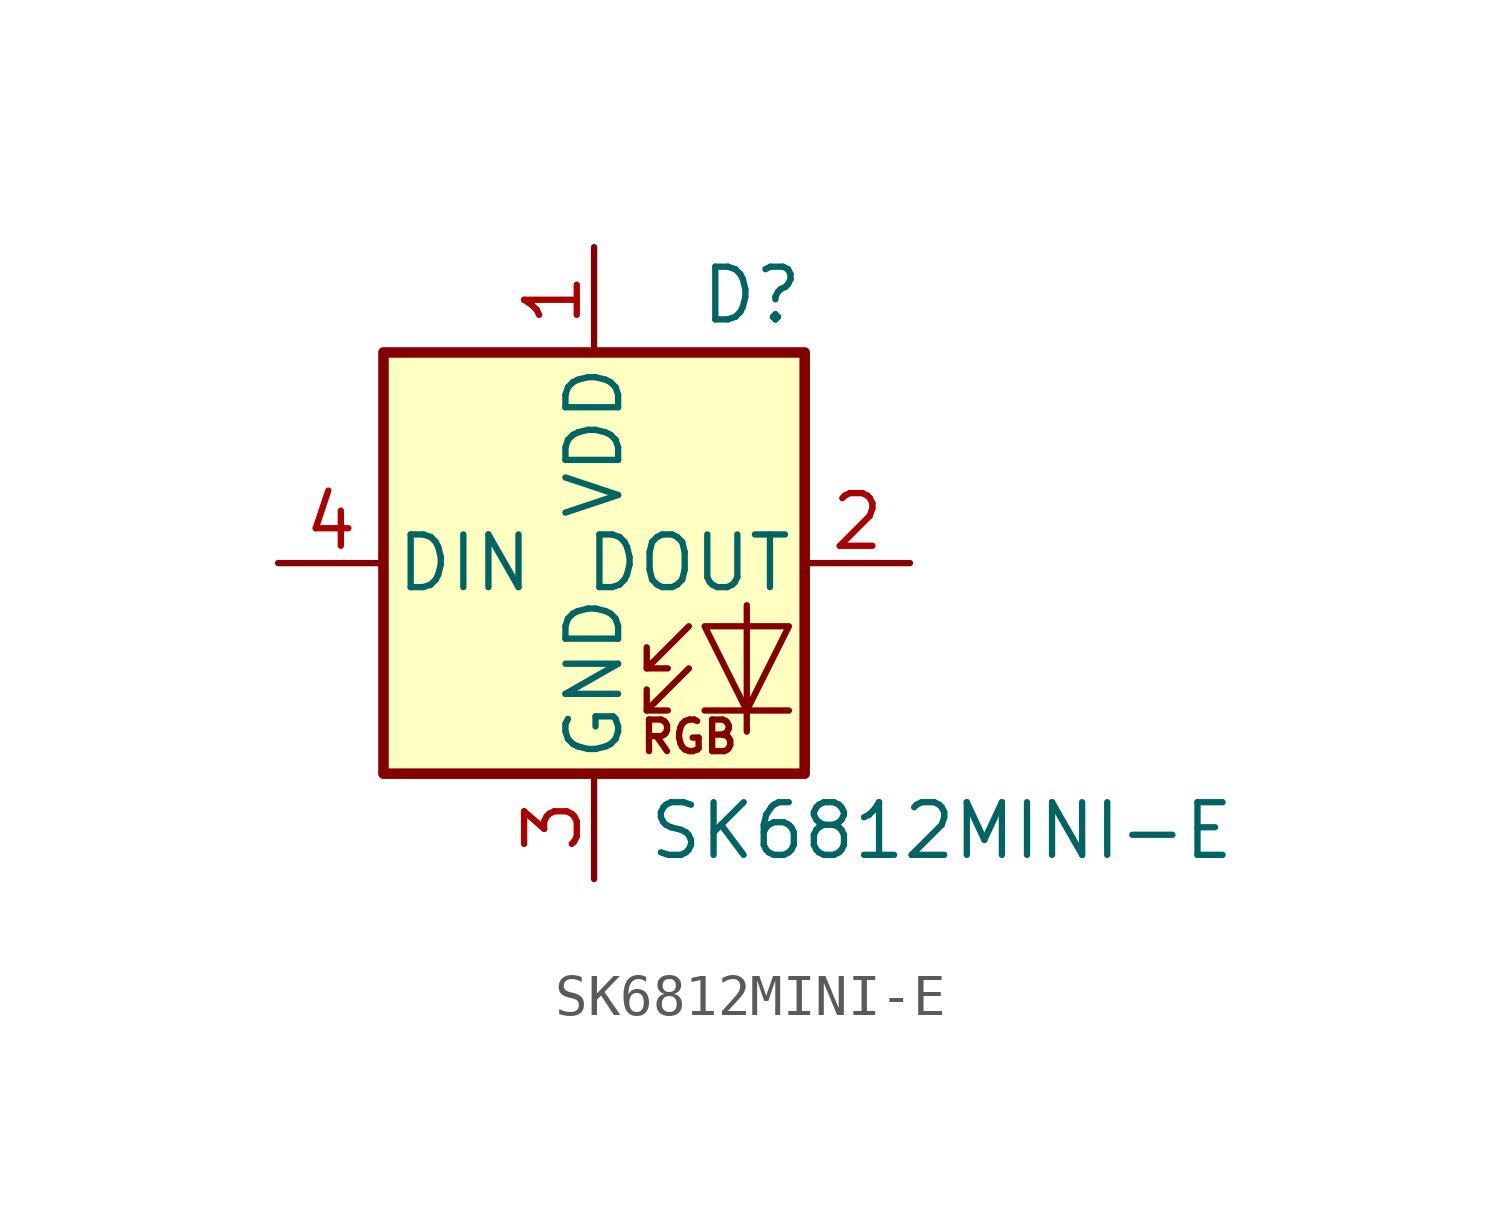
<source format=kicad_sym>
(kicad_symbol_lib
  (version 20201005)
  (generator kicad_symbol_editor)
  (symbol "chonc60:SK6812MINI-E"
    (pin_names
      (offset 0.254))
    (property "Reference" "D"
      (at 5.08 5.715 0)
      (effects (font (size 1.27 1.27)) (justify right bottom)))
    (property "Value" "SK6812MINI-E"
      (at 1.27 -5.715 0)
      (effects (font (size 1.27 1.27)) (justify left top)))
    (symbol "SK6812MINI-E_0_0"
      (text "RGB" (at 2.286 -4.191 0) (effects (font (size 0.762 0.762)))))
    (symbol "SK6812MINI-E_0_1"
      (rectangle (start 5.08 5.08) (end -5.08 -5.08) (stroke (width 0.254)) (fill (type background)))
      (polyline (pts (xy 1.27 -3.556) (xy 1.778 -3.556)) (stroke (width 0)) (fill (type none)))
      (polyline (pts (xy 1.27 -2.54) (xy 1.778 -2.54)) (stroke (width 0)) (fill (type none)))
      (polyline (pts (xy 4.699 -3.556) (xy 2.667 -3.556)) (stroke (width 0)) (fill (type none)))
      (polyline (pts (xy 2.286 -2.54) (xy 1.27 -3.556) (xy 1.27 -3.048)) (stroke (width 0)) (fill (type none)))
      (polyline (pts (xy 2.286 -1.524) (xy 1.27 -2.54) (xy 1.27 -2.032)) (stroke (width 0)) (fill (type none)))
      (polyline (pts (xy 3.683 -1.016) (xy 3.683 -3.556) (xy 3.683 -4.064)) (stroke (width 0)) (fill (type none)))
      (polyline (pts (xy 4.699 -1.524) (xy 2.667 -1.524) (xy 3.683 -3.556) (xy 4.699 -1.524)) (stroke (width 0)) (fill (type none))))
    (symbol "SK6812MINI-E_1_1"
      (pin power_in line (at 0 -7.62 90) (length 2.54) (name "GND" (effects (font (size 1.27 1.27)))) (number "3" (effects (font (size 1.27 1.27)))))
      (pin input line (at -7.62 0 0) (length 2.54) (name "DIN" (effects (font (size 1.27 1.27)))) (number "4" (effects (font (size 1.27 1.27)))))
      (pin power_in line (at 0 7.62 270) (length 2.54) (name "VDD" (effects (font (size 1.27 1.27)))) (number "1" (effects (font (size 1.27 1.27)))))
      (pin output line (at 7.62 0 180) (length 2.54) (name "DOUT" (effects (font (size 1.27 1.27)))) (number "2" (effects (font (size 1.27 1.27))))))))
</source>
